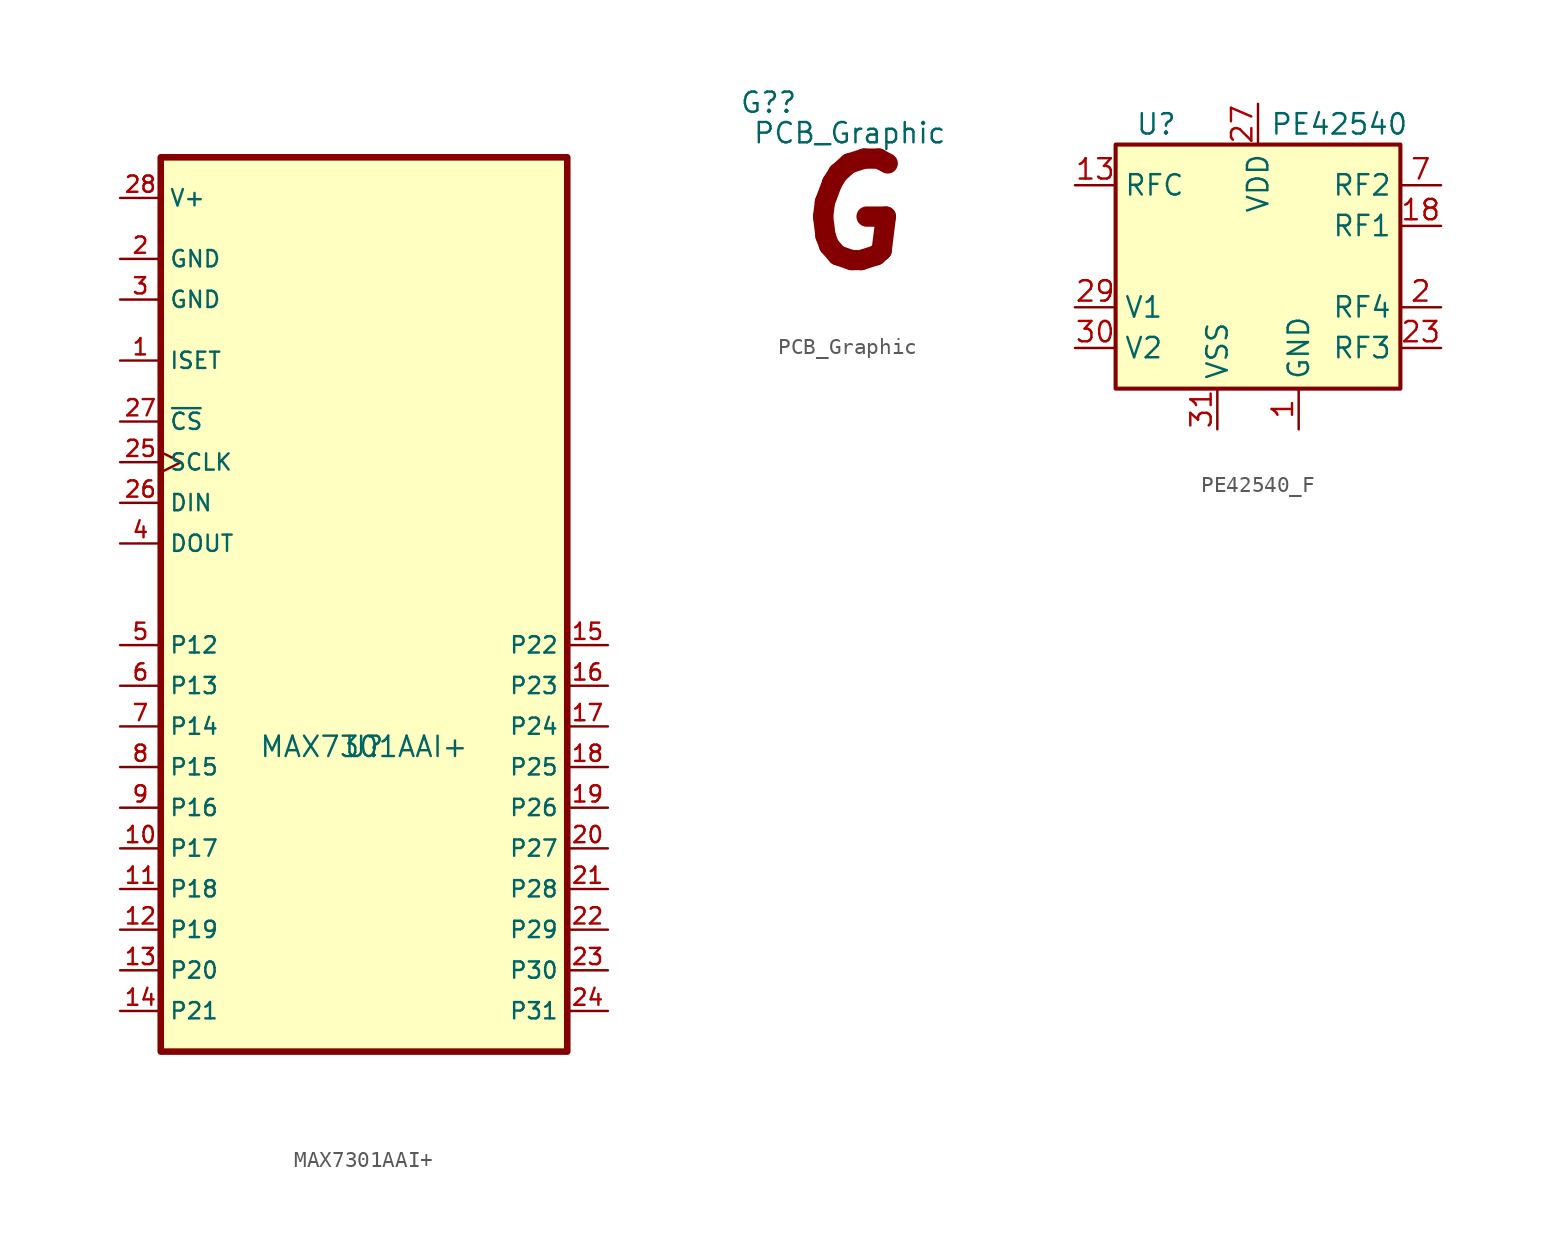
<source format=kicad_sym>
(kicad_symbol_lib
  (version 20231120)
  (generator "kicad_symbol_editor")
  (generator_version "8.0")
  (symbol "MAX7301AAI+"
    (property "Reference" "U"
      (at 0 -8.89 0)
      (effects (font (size 1.27 1.27))))
    (property "Value" "MAX7301AAI+"
      (at 0 -8.89 0)
      (effects (font (size 1.27 1.27))))
    (symbol "MAX7301AAI+_0_0"
      (rectangle (start -12.7 -27.94) (end 12.7 27.94) (stroke (width 0.41) (type default)) (fill (type background))))
    (symbol "MAX7301AAI+_1_0"
      (pin input line (at -15.24 15.24 0) (length 2.54) (name "ISET" (effects (font (size 1.016 1.016)))) (number "1" (effects (font (size 1.016 1.016)))))
      (pin bidirectional line (at -15.24 -15.24 0) (length 2.54) (name "P17" (effects (font (size 1.016 1.016)))) (number "10" (effects (font (size 1.016 1.016)))))
      (pin bidirectional line (at -15.24 -17.78 0) (length 2.54) (name "P18" (effects (font (size 1.016 1.016)))) (number "11" (effects (font (size 1.016 1.016)))))
      (pin bidirectional line (at -15.24 -20.32 0) (length 2.54) (name "P19" (effects (font (size 1.016 1.016)))) (number "12" (effects (font (size 1.016 1.016)))))
      (pin bidirectional line (at -15.24 -22.86 0) (length 2.54) (name "P20" (effects (font (size 1.016 1.016)))) (number "13" (effects (font (size 1.016 1.016)))))
      (pin bidirectional line (at -15.24 -25.4 0) (length 2.54) (name "P21" (effects (font (size 1.016 1.016)))) (number "14" (effects (font (size 1.016 1.016)))))
      (pin bidirectional line (at 15.24 -2.54 180) (length 2.54) (name "P22" (effects (font (size 1.016 1.016)))) (number "15" (effects (font (size 1.016 1.016)))))
      (pin bidirectional line (at 15.24 -5.08 180) (length 2.54) (name "P23" (effects (font (size 1.016 1.016)))) (number "16" (effects (font (size 1.016 1.016)))))
      (pin bidirectional line (at 15.24 -7.62 180) (length 2.54) (name "P24" (effects (font (size 1.016 1.016)))) (number "17" (effects (font (size 1.016 1.016)))))
      (pin bidirectional line (at 15.24 -10.16 180) (length 2.54) (name "P25" (effects (font (size 1.016 1.016)))) (number "18" (effects (font (size 1.016 1.016)))))
      (pin bidirectional line (at 15.24 -12.7 180) (length 2.54) (name "P26" (effects (font (size 1.016 1.016)))) (number "19" (effects (font (size 1.016 1.016)))))
      (pin power_in line (at -15.24 21.59 0) (length 2.54) (name "GND" (effects (font (size 1.016 1.016)))) (number "2" (effects (font (size 1.016 1.016)))))
      (pin bidirectional line (at 15.24 -15.24 180) (length 2.54) (name "P27" (effects (font (size 1.016 1.016)))) (number "20" (effects (font (size 1.016 1.016)))))
      (pin bidirectional line (at 15.24 -17.78 180) (length 2.54) (name "P28" (effects (font (size 1.016 1.016)))) (number "21" (effects (font (size 1.016 1.016)))))
      (pin bidirectional line (at 15.24 -20.32 180) (length 2.54) (name "P29" (effects (font (size 1.016 1.016)))) (number "22" (effects (font (size 1.016 1.016)))))
      (pin bidirectional line (at 15.24 -22.86 180) (length 2.54) (name "P30" (effects (font (size 1.016 1.016)))) (number "23" (effects (font (size 1.016 1.016)))))
      (pin bidirectional line (at 15.24 -25.4 180) (length 2.54) (name "P31" (effects (font (size 1.016 1.016)))) (number "24" (effects (font (size 1.016 1.016)))))
      (pin input clock (at -15.24 8.89 0) (length 2.54) (name "SCLK" (effects (font (size 1.016 1.016)))) (number "25" (effects (font (size 1.016 1.016)))))
      (pin input line (at -15.24 6.35 0) (length 2.54) (name "DIN" (effects (font (size 1.016 1.016)))) (number "26" (effects (font (size 1.016 1.016)))))
      (pin input line (at -15.24 11.43 0) (length 2.54) (name "~{CS}" (effects (font (size 1.016 1.016)))) (number "27" (effects (font (size 1.016 1.016)))))
      (pin power_in line (at -15.24 25.4 0) (length 2.54) (name "V+" (effects (font (size 1.016 1.016)))) (number "28" (effects (font (size 1.016 1.016)))))
      (pin power_in line (at -15.24 19.05 0) (length 2.54) (name "GND" (effects (font (size 1.016 1.016)))) (number "3" (effects (font (size 1.016 1.016)))))
      (pin output line (at -15.24 3.81 0) (length 2.54) (name "DOUT" (effects (font (size 1.016 1.016)))) (number "4" (effects (font (size 1.016 1.016)))))
      (pin bidirectional line (at -15.24 -2.54 0) (length 2.54) (name "P12" (effects (font (size 1.016 1.016)))) (number "5" (effects (font (size 1.016 1.016)))))
      (pin bidirectional line (at -15.24 -5.08 0) (length 2.54) (name "P13" (effects (font (size 1.016 1.016)))) (number "6" (effects (font (size 1.016 1.016)))))
      (pin bidirectional line (at -15.24 -7.62 0) (length 2.54) (name "P14" (effects (font (size 1.016 1.016)))) (number "7" (effects (font (size 1.016 1.016)))))
      (pin bidirectional line (at -15.24 -10.16 0) (length 2.54) (name "P15" (effects (font (size 1.016 1.016)))) (number "8" (effects (font (size 1.016 1.016)))))
      (pin bidirectional line (at -15.24 -12.7 0) (length 2.54) (name "P16" (effects (font (size 1.016 1.016)))) (number "9" (effects (font (size 1.016 1.016)))))))
  (symbol "PCB_Graphic"
    (pin_names
      (offset 1.016))
    (property "Reference" "G?"
      (at -5.08 6.985 0)
      (effects (font (size 1.27 1.27))))
    (property "Value" "PCB_Graphic"
      (at 0 5.08 0)
      (effects (font (size 1.27 1.27))))
    (symbol "PCB_Graphic_0_0"
      (text "G" (at 0 0 0) (effects (font (size 6.35 6.35) (bold yes) (italic yes))))))
  (symbol "PE42540_F"
    (property "Reference" "U"
      (at -6.35 8.89 0)
      (effects (font (size 1.27 1.27))))
    (property "Value" "PE42540"
      (at 5.08 8.89 0)
      (effects (font (size 1.27 1.27))))
    (symbol "PE42540_F_0_1"
      (rectangle (start -8.89 7.62) (end 8.89 -7.62) (stroke (width 0.254) (type default)) (fill (type background))))
    (symbol "PE42540_F_1_0"
      (pin passive line (at 2.54 -10.16 90) (length 2.54) hide (name "GND" (effects (font (size 1.27 1.27)))) (number "12" (effects (font (size 1.27 1.27)))))
      (pin passive line (at 2.54 -10.16 90) (length 2.54) hide (name "GND" (effects (font (size 1.27 1.27)))) (number "14" (effects (font (size 1.27 1.27)))))
      (pin passive line (at 2.54 -10.16 90) (length 2.54) hide (name "GND" (effects (font (size 1.27 1.27)))) (number "15" (effects (font (size 1.27 1.27)))))
      (pin passive line (at 2.54 -10.16 90) (length 2.54) hide (name "GND" (effects (font (size 1.27 1.27)))) (number "16" (effects (font (size 1.27 1.27)))))
      (pin passive line (at 2.54 -10.16 90) (length 2.54) hide (name "GND" (effects (font (size 1.27 1.27)))) (number "17" (effects (font (size 1.27 1.27)))))
      (pin passive line (at 2.54 -10.16 90) (length 2.54) hide (name "GND" (effects (font (size 1.27 1.27)))) (number "19" (effects (font (size 1.27 1.27)))))
      (pin passive line (at 2.54 -10.16 90) (length 2.54) hide (name "GND" (effects (font (size 1.27 1.27)))) (number "20" (effects (font (size 1.27 1.27)))))
      (pin passive line (at 2.54 -10.16 90) (length 2.54) hide (name "GND" (effects (font (size 1.27 1.27)))) (number "21" (effects (font (size 1.27 1.27)))))
      (pin passive line (at 2.54 -10.16 90) (length 2.54) hide (name "GND" (effects (font (size 1.27 1.27)))) (number "22" (effects (font (size 1.27 1.27)))))
      (pin passive line (at 2.54 -10.16 90) (length 2.54) hide (name "GND" (effects (font (size 1.27 1.27)))) (number "24" (effects (font (size 1.27 1.27)))))
      (pin passive line (at 2.54 -10.16 90) (length 2.54) hide (name "GND" (effects (font (size 1.27 1.27)))) (number "25" (effects (font (size 1.27 1.27)))))
      (pin passive line (at 2.54 -10.16 90) (length 2.54) hide (name "GND" (effects (font (size 1.27 1.27)))) (number "26" (effects (font (size 1.27 1.27)))))
      (pin passive line (at 2.54 -10.16 90) (length 2.54) hide (name "GND" (effects (font (size 1.27 1.27)))) (number "28" (effects (font (size 1.27 1.27)))))
      (pin power_in line (at -2.54 -10.16 90) (length 2.54) (name "VSS" (effects (font (size 1.27 1.27)))) (number "31" (effects (font (size 1.27 1.27)))))
      (pin passive line (at 2.54 -10.16 90) (length 2.54) hide (name "GND" (effects (font (size 1.27 1.27)))) (number "32" (effects (font (size 1.27 1.27)))))
      (pin passive line (at 2.54 -10.16 90) (length 2.54) hide (name "GND" (effects (font (size 1.27 1.27)))) (number "P" (effects (font (size 1.27 1.27))))))
    (symbol "PE42540_F_1_1"
      (pin power_in line (at 2.54 -10.16 90) (length 2.54) (name "GND" (effects (font (size 1.27 1.27)))) (number "1" (effects (font (size 1.27 1.27)))))
      (pin passive line (at 2.54 -10.16 90) (length 2.54) hide (name "GND" (effects (font (size 1.27 1.27)))) (number "10" (effects (font (size 1.27 1.27)))))
      (pin passive line (at 2.54 -10.16 90) (length 2.54) hide (name "GND" (effects (font (size 1.27 1.27)))) (number "11" (effects (font (size 1.27 1.27)))))
      (pin passive line (at -11.43 5.08 0) (length 2.54) (name "RFC" (effects (font (size 1.27 1.27)))) (number "13" (effects (font (size 1.27 1.27)))))
      (pin passive line (at 11.43 2.54 180) (length 2.54) (name "RF1" (effects (font (size 1.27 1.27)))) (number "18" (effects (font (size 1.27 1.27)))))
      (pin passive line (at 11.43 -2.54 180) (length 2.54) (name "RF4" (effects (font (size 1.27 1.27)))) (number "2" (effects (font (size 1.27 1.27)))))
      (pin passive line (at 11.43 -5.08 180) (length 2.54) (name "RF3" (effects (font (size 1.27 1.27)))) (number "23" (effects (font (size 1.27 1.27)))))
      (pin power_in line (at 0 10.16 270) (length 2.54) (name "VDD" (effects (font (size 1.27 1.27)))) (number "27" (effects (font (size 1.27 1.27)))))
      (pin input line (at -11.43 -2.54 0) (length 2.54) (name "V1" (effects (font (size 1.27 1.27)))) (number "29" (effects (font (size 1.27 1.27)))))
      (pin passive line (at 2.54 -10.16 90) (length 2.54) hide (name "GND" (effects (font (size 1.27 1.27)))) (number "3" (effects (font (size 1.27 1.27)))))
      (pin input line (at -11.43 -5.08 0) (length 2.54) (name "V2" (effects (font (size 1.27 1.27)))) (number "30" (effects (font (size 1.27 1.27)))))
      (pin passive line (at 2.54 -10.16 90) (length 2.54) hide (name "GND" (effects (font (size 1.27 1.27)))) (number "4" (effects (font (size 1.27 1.27)))))
      (pin passive line (at 2.54 -10.16 90) (length 2.54) hide (name "GND" (effects (font (size 1.27 1.27)))) (number "5" (effects (font (size 1.27 1.27)))))
      (pin passive line (at 2.54 -10.16 90) (length 2.54) hide (name "GND" (effects (font (size 1.27 1.27)))) (number "6" (effects (font (size 1.27 1.27)))))
      (pin passive line (at 11.43 5.08 180) (length 2.54) (name "RF2" (effects (font (size 1.27 1.27)))) (number "7" (effects (font (size 1.27 1.27)))))
      (pin passive line (at 2.54 -10.16 90) (length 2.54) hide (name "GND" (effects (font (size 1.27 1.27)))) (number "8" (effects (font (size 1.27 1.27)))))
      (pin passive line (at 2.54 -10.16 90) (length 2.54) hide (name "GND" (effects (font (size 1.27 1.27)))) (number "9" (effects (font (size 1.27 1.27))))))))
</source>
